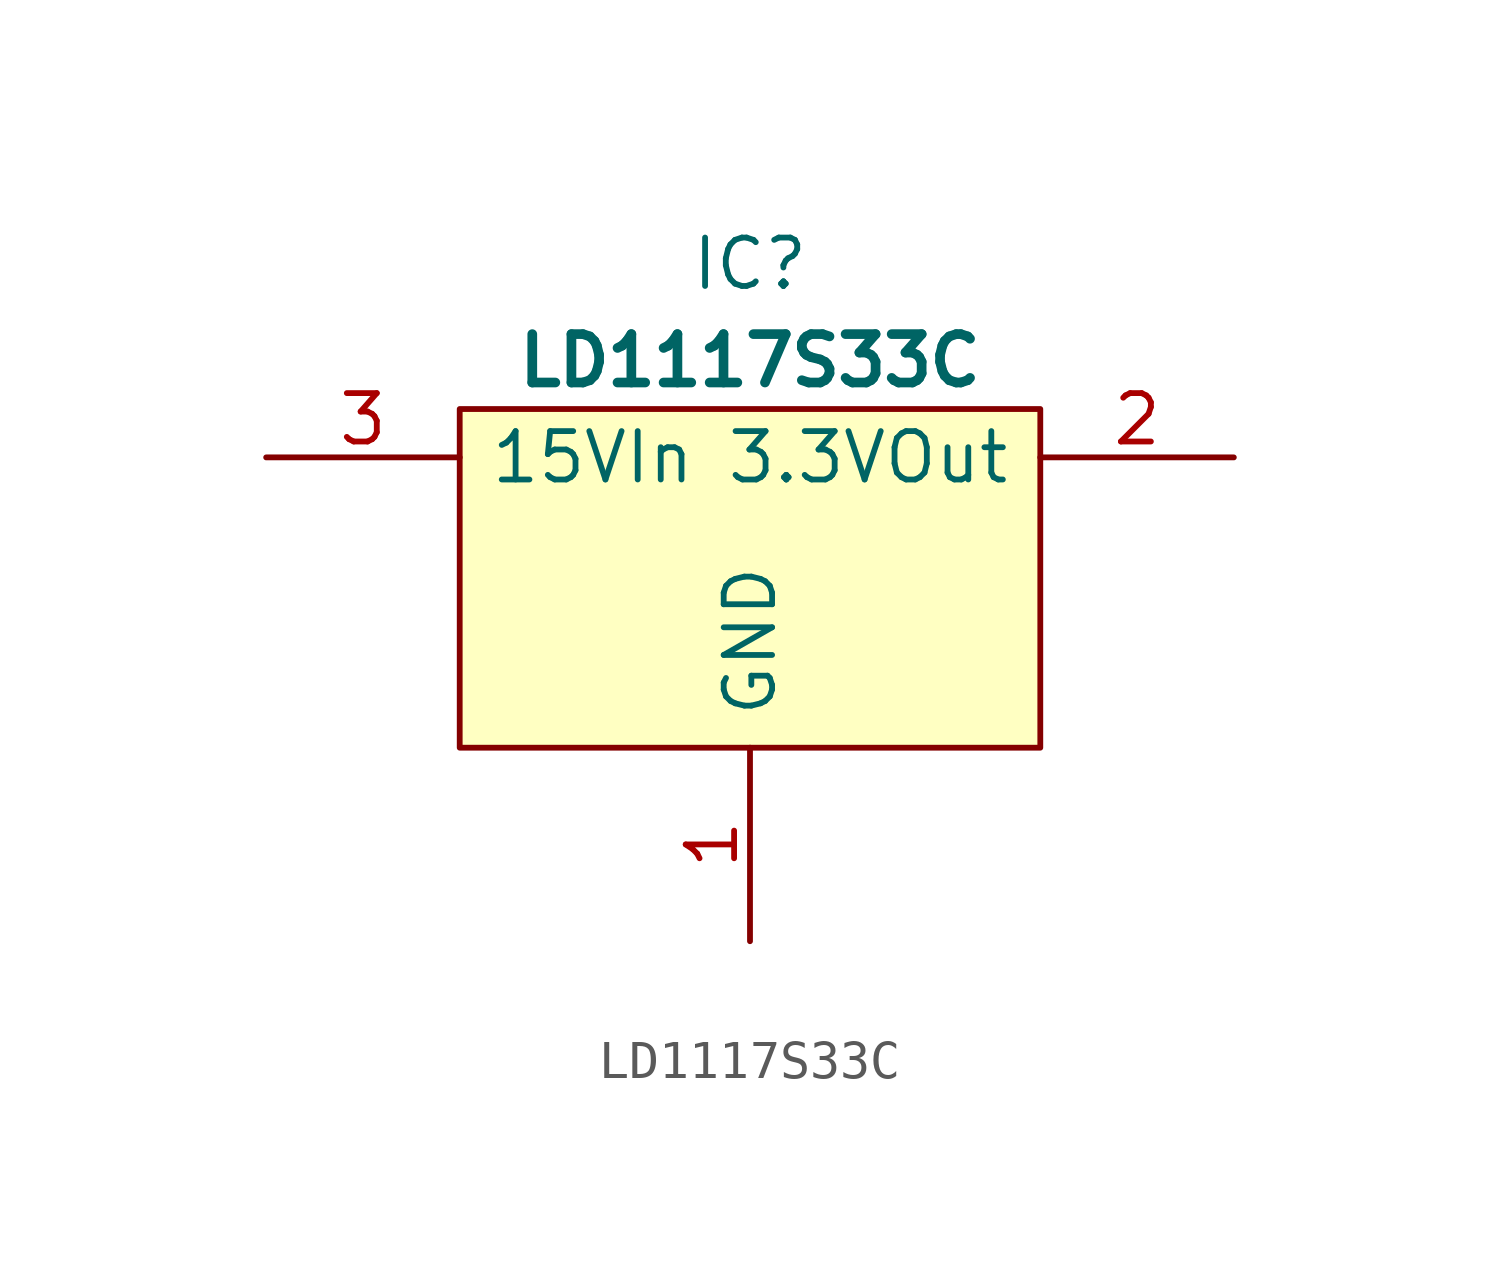
<source format=kicad_sym>
(kicad_symbol_lib
  (version 20220914)
  (generator kicad_symbol_editor)
  (symbol "LD1117S33C"
    (pin_names
      (offset 0.762))
    (property "Reference" "IC"
      (at 7.62 5.08 0)
      (effects (font (size 1.27 1.27))))
    (property "Value" "LD1117S33C"
      (at 7.62 2.54 0)
      (effects (font (size 1.27 1.27) bold)))
    (symbol "LD1117S33C_0_0"
      (pin passive line (at 7.62 -12.7 90) (length 5.08) (name "GND" (effects (font (size 1.27 1.27)))) (number "1" (effects (font (size 1.27 1.27))))))
    (symbol "LD1117S33C_0_1"
      (polyline (pts (xy 0 1.27) (xy 15.24 1.27) (xy 15.24 -7.62) (xy 0 -7.62) (xy 0 1.27)) (stroke (width 0.152) (type default)) (fill (type background))))
    (symbol "LD1117S33C_1_0"
      (pin passive line (at 20.32 0 180) (length 5.08) (name "3.3VOut" (effects (font (size 1.27 1.27)))) (number "2" (effects (font (size 1.27 1.27)))))
      (pin passive line (at -5.08 0 0) (length 5.08) (name "15VIn" (effects (font (size 1.27 1.27)))) (number "3" (effects (font (size 1.27 1.27)))))
      (pin no_connect line (at 10.16 -12.7 90) (length 5.08) hide (name "N.C" (effects (font (size 1.27 1.27)))) (number "4" (effects (font (size 1.27 1.27))))))))
</source>
